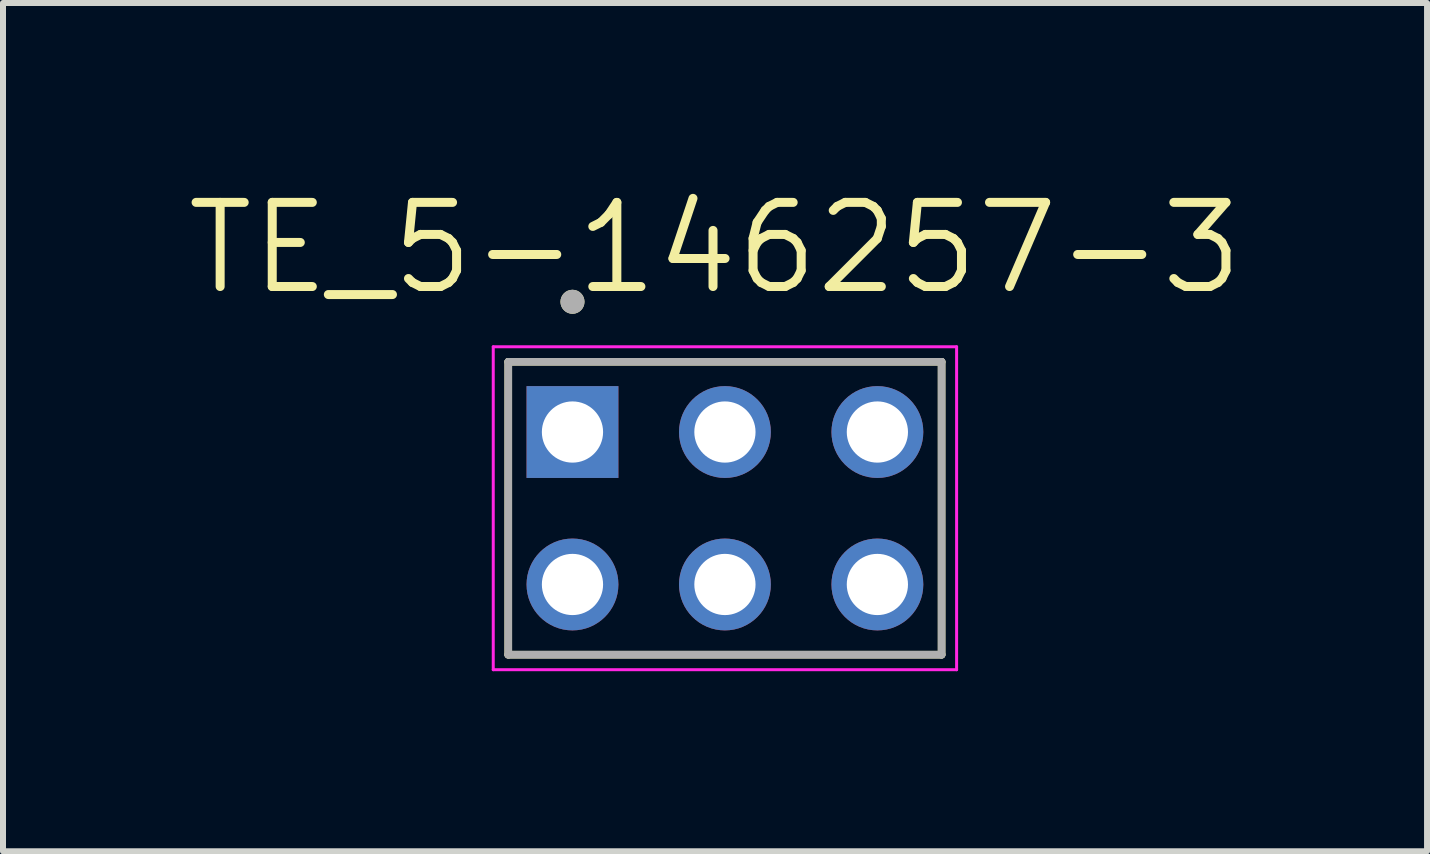
<source format=kicad_pcb>
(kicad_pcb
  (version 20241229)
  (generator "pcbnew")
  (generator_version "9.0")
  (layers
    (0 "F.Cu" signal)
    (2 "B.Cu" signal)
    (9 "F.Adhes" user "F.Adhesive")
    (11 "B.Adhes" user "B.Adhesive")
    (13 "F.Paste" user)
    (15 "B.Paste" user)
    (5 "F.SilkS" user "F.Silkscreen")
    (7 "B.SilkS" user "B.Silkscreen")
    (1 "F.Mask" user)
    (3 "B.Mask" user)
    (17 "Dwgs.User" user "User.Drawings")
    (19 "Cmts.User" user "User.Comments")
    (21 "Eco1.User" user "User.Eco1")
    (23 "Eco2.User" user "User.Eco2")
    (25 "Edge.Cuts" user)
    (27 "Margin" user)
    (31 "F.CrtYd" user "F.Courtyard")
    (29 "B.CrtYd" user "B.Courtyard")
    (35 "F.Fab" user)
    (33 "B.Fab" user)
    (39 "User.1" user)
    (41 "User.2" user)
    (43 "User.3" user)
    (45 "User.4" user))
  (footprint "TE_5-146257-3"
    (layer "F.Cu")
    (at 9.028 5.418)
    (property "Reference" "TE_5-146257-3" (at -0.165 -4.335 0) (layer "F.SilkS") (effects (font (size 1.402 1.402) (thickness 0.15))))
    (attr through_hole)
    (fp_line (start -3.61 -2.44) (end 3.61 -2.44) (stroke (width 0.127) (type solid)) (layer "F.SilkS"))
    (fp_line (start -3.61 2.44) (end -3.61 -2.44) (stroke (width 0.127) (type solid)) (layer "F.SilkS"))
    (fp_line (start 3.61 -2.44) (end 3.61 2.44) (stroke (width 0.127) (type solid)) (layer "F.SilkS"))
    (fp_line (start 3.61 2.44) (end -3.61 2.44) (stroke (width 0.127) (type solid)) (layer "F.SilkS"))
    (fp_circle (center -2.54 -3.44) (end -2.44 -3.44) (stroke (width 0.2) (type solid)) (fill no) (layer "F.SilkS"))
    (fp_line (start -3.86 -2.69) (end 3.86 -2.69) (stroke (width 0.05) (type solid)) (layer "F.CrtYd"))
    (fp_line (start -3.86 2.69) (end -3.86 -2.69) (stroke (width 0.05) (type solid)) (layer "F.CrtYd"))
    (fp_line (start 3.86 -2.69) (end 3.86 2.69) (stroke (width 0.05) (type solid)) (layer "F.CrtYd"))
    (fp_line (start 3.86 2.69) (end -3.86 2.69) (stroke (width 0.05) (type solid)) (layer "F.CrtYd"))
    (fp_line (start -3.61 -2.44) (end 3.61 -2.44) (stroke (width 0.127) (type solid)) (layer "F.Fab"))
    (fp_line (start -3.61 2.44) (end -3.61 -2.44) (stroke (width 0.127) (type solid)) (layer "F.Fab"))
    (fp_line (start 3.61 -2.44) (end 3.61 2.44) (stroke (width 0.127) (type solid)) (layer "F.Fab"))
    (fp_line (start 3.61 2.44) (end -3.61 2.44) (stroke (width 0.127) (type solid)) (layer "F.Fab"))
    (fp_circle (center -2.54 -3.44) (end -2.44 -3.44) (stroke (width 0.2) (type solid)) (fill no) (layer "F.Fab"))
    (pad "1" thru_hole rect (at -2.54 -1.27) (size 1.53 1.53) (drill 1.02) (layers "*.Cu" "*.Mask"))
    (pad "2" thru_hole circle (at 0 -1.27) (size 1.53 1.53) (drill 1.02) (layers "*.Cu" "*.Mask"))
    (pad "3" thru_hole circle (at 2.54 -1.27) (size 1.53 1.53) (drill 1.02) (layers "*.Cu" "*.Mask"))
    (pad "4" thru_hole circle (at -2.54 1.27) (size 1.53 1.53) (drill 1.02) (layers "*.Cu" "*.Mask"))
    (pad "5" thru_hole circle (at 0 1.27) (size 1.53 1.53) (drill 1.02) (layers "*.Cu" "*.Mask"))
    (pad "6" thru_hole circle (at 2.54 1.27) (size 1.53 1.53) (drill 1.02) (layers "*.Cu" "*.Mask")))
  (gr_rect
    (start -3 -3)
    (end 20.726 11.133)
    (stroke (width 0.1) (type default))
    (fill no)
    (layer "Edge.Cuts")))
</source>
